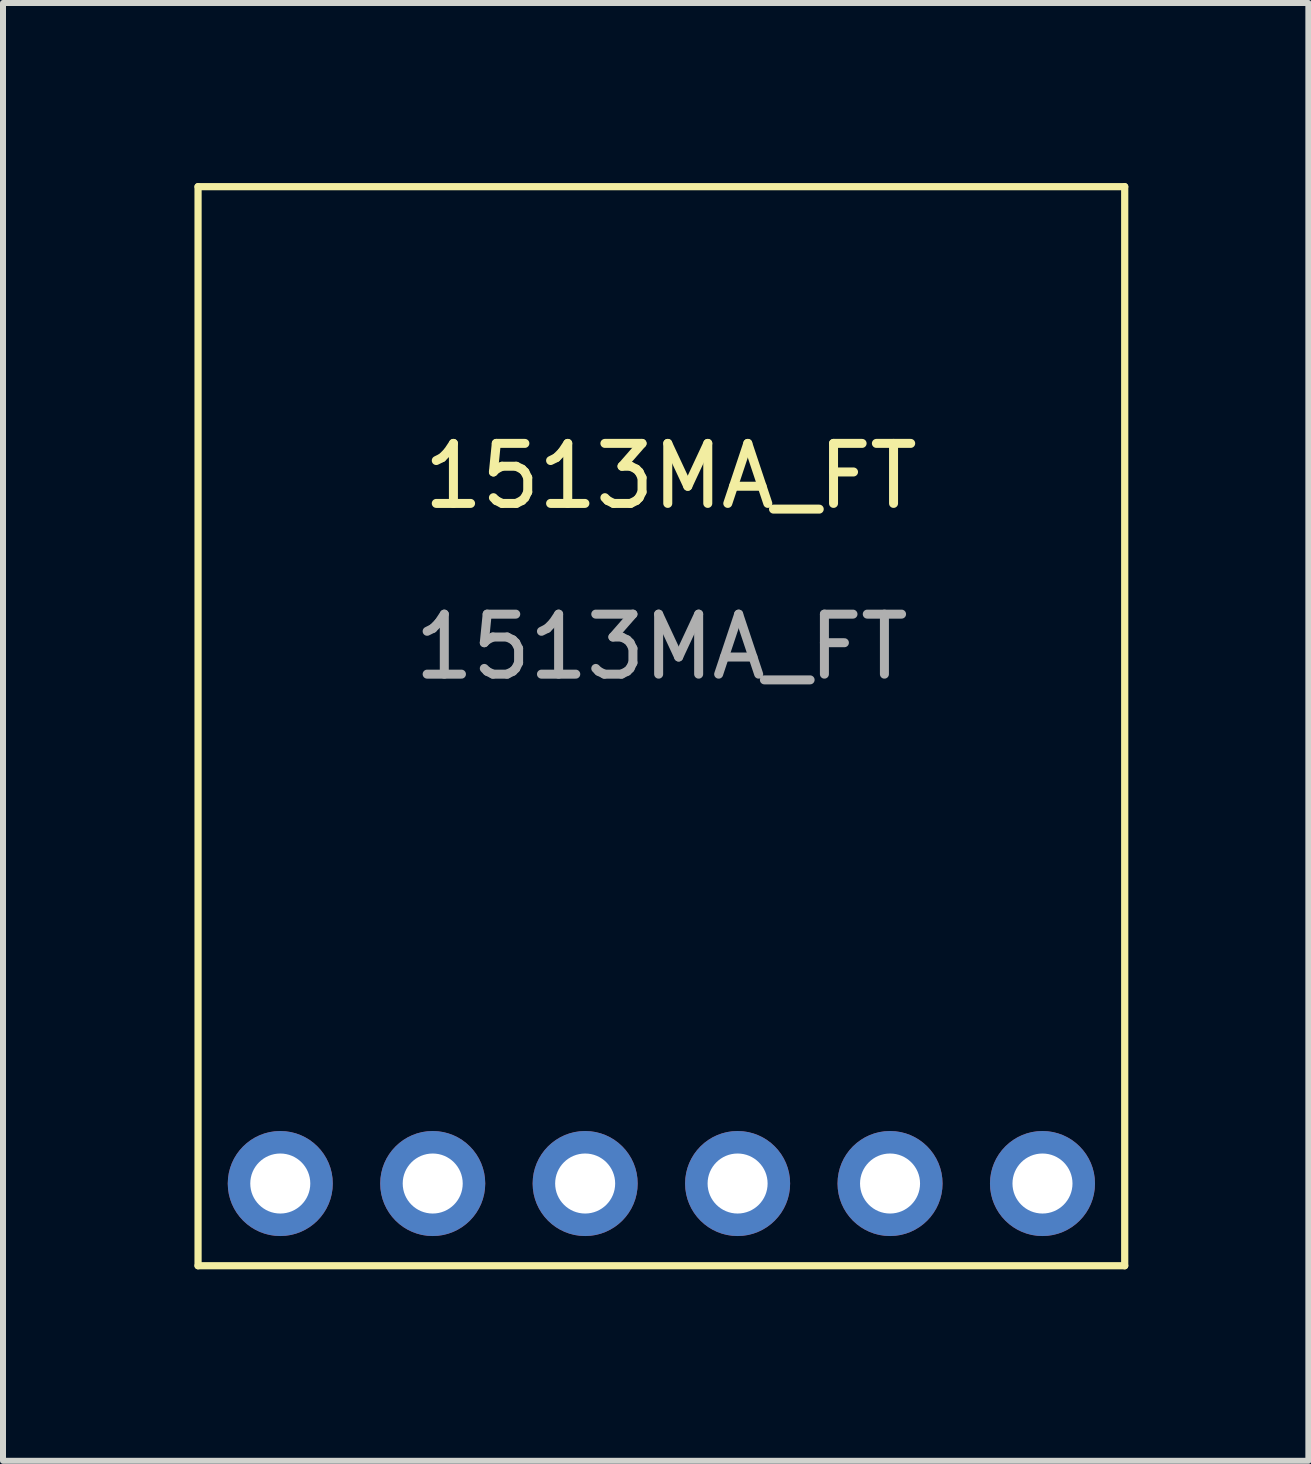
<source format=kicad_pcb>
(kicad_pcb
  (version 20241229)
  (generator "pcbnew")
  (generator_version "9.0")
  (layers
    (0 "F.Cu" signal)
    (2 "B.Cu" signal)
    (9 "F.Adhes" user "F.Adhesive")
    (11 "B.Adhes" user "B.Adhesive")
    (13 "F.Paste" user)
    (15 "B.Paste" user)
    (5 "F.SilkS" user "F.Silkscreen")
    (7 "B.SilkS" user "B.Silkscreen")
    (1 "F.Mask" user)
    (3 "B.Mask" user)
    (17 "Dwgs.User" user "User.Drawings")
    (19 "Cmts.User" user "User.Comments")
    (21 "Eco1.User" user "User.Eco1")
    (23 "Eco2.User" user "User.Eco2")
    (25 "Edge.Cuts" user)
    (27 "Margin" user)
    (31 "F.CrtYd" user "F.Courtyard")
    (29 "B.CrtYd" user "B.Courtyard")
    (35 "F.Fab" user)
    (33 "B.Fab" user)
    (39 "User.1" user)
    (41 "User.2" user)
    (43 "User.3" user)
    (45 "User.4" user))
  (footprint "1513MA_FT"
    (layer "F.Cu")
    (at 0.25 18.04)
    (property "Reference" "1513MA_FT" (at 7.874 -13.157 0) (unlocked yes) (layer "F.SilkS") (effects (font (size 1 1) (thickness 0.15))))
    (attr smd)
    (fp_line (start 0 -17.98) (end 15.44 -17.98) (stroke (width 0.12) (type solid)) (layer "F.SilkS"))
    (fp_line (start 0 0) (end 0 -17.98) (stroke (width 0.12) (type solid)) (layer "F.SilkS"))
    (fp_line (start 0 0) (end 15.44 0) (stroke (width 0.12) (type solid)) (layer "F.SilkS"))
    (fp_line (start 15.44 -17.98) (end 15.44 0) (stroke (width 0.12) (type solid)) (layer "F.SilkS"))
    (fp_text user "${REFERENCE}" (at 7.722 -10.312 0) (unlocked yes) (layer "F.Fab") (effects (font (size 1 1) (thickness 0.15))))
    (pad "1" thru_hole circle (at 1.37 -1.37) (size 1.75 1.75) (drill 1) (layers "*.Cu" "*.Mask"))
    (pad "2" thru_hole circle (at 3.91 -1.37) (size 1.75 1.75) (drill 1) (layers "*.Cu" "*.Mask"))
    (pad "3" thru_hole circle (at 6.45 -1.37) (size 1.75 1.75) (drill 1) (layers "*.Cu" "*.Mask"))
    (pad "4" thru_hole circle (at 8.99 -1.37) (size 1.75 1.75) (drill 1) (layers "*.Cu" "*.Mask"))
    (pad "5" thru_hole circle (at 11.53 -1.37) (size 1.75 1.75) (drill 1) (layers "*.Cu" "*.Mask"))
    (pad "6" thru_hole circle (at 14.07 -1.37) (size 1.75 1.75) (drill 1) (layers "*.Cu" "*.Mask")))
  (gr_rect
    (start -3 -3)
    (end 18.75 21.29)
    (stroke (width 0.1) (type default))
    (fill no)
    (layer "Edge.Cuts")))
</source>
